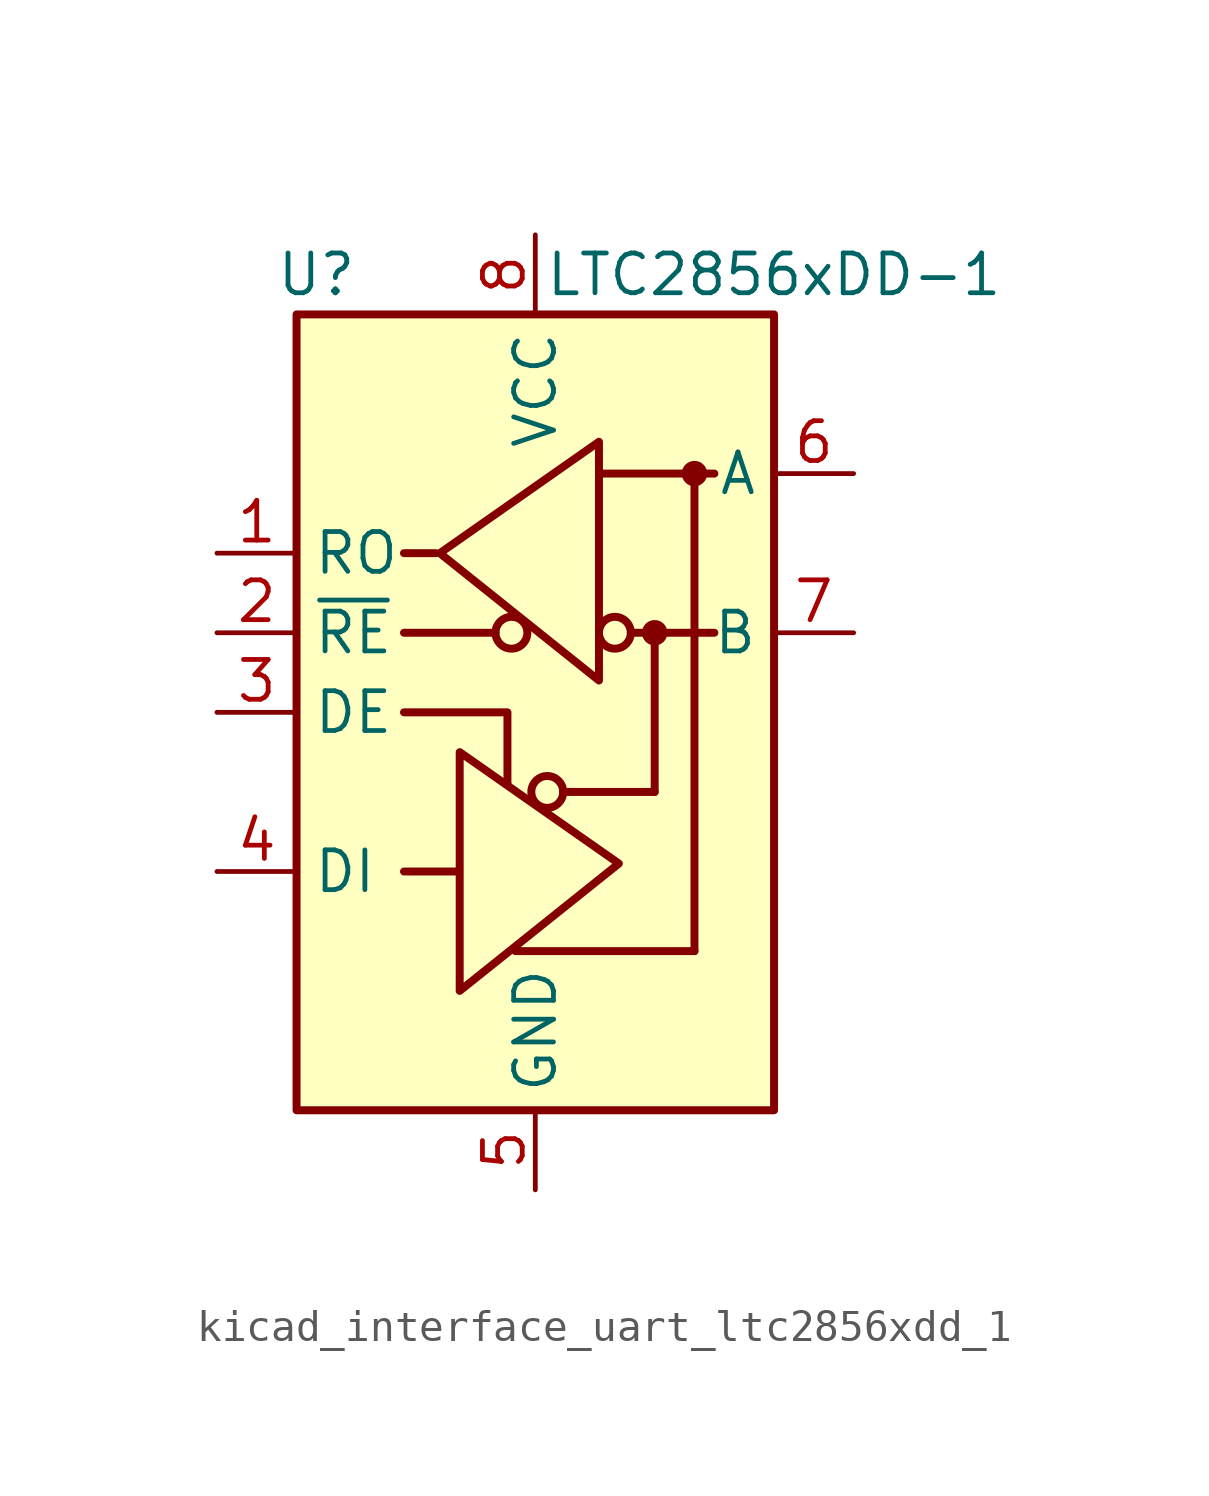
<source format=kicad_sym>
(kicad_symbol_lib
  (version 20220914)
  (generator kicad_symbol_editor)
  (symbol "kicad_interface_uart_ltc2856xdd_1"
    (property "Reference" "U"
      (at -6.985 13.97 0)
      (effects (font (size 1.27 1.27))))
    (property "Value" "LTC2856xDD-1"
      (at 7.62 13.97 0)
      (effects (font (size 1.27 1.27))))
    (symbol "kicad_interface_uart_ltc2856xdd_1_0_1"
      (rectangle (start -7.62 12.7) (end 7.62 -12.7) (stroke (width 0.254) (type default)) (fill (type background))))
    (symbol "kicad_interface_uart_ltc2856xdd_1_1_1"
      (circle (center -0.762 2.54) (radius 0.508) (stroke (width 0.254) (type default)) (fill (type none)))
      (polyline (pts (xy -4.191 2.54) (xy -1.27 2.54)) (stroke (width 0.254) (type default)) (fill (type none)))
      (polyline (pts (xy -2.54 -5.08) (xy -4.191 -5.08)) (stroke (width 0.254) (type default)) (fill (type none)))
      (polyline (pts (xy -0.635 -7.62) (xy 5.08 -7.62)) (stroke (width 0.254) (type default)) (fill (type none)))
      (polyline (pts (xy 0.889 -2.54) (xy 3.81 -2.54)) (stroke (width 0.254) (type default)) (fill (type none)))
      (polyline (pts (xy 2.032 7.62) (xy 5.715 7.62)) (stroke (width 0.254) (type default)) (fill (type none)))
      (polyline (pts (xy 3.048 2.54) (xy 5.715 2.54)) (stroke (width 0.254) (type default)) (fill (type none)))
      (polyline (pts (xy 3.81 -2.54) (xy 3.81 2.54)) (stroke (width 0.254) (type default)) (fill (type none)))
      (polyline (pts (xy 5.08 -7.62) (xy 5.08 7.62)) (stroke (width 0.254) (type default)) (fill (type none)))
      (polyline (pts (xy -4.191 0) (xy -0.889 0) (xy -0.889 -2.286)) (stroke (width 0.254) (type default)) (fill (type none)))
      (polyline (pts (xy -3.175 5.08) (xy -4.191 5.08) (xy -4.064 5.08)) (stroke (width 0.254) (type default)) (fill (type none)))
      (polyline (pts (xy -2.413 -5.08) (xy -2.413 -1.27) (xy 2.667 -4.826) (xy -2.413 -8.89) (xy -2.413 -5.08)) (stroke (width 0.254) (type default)) (fill (type none)))
      (polyline (pts (xy 2.032 4.826) (xy 2.032 8.636) (xy -3.048 5.08) (xy 2.032 1.016) (xy 2.032 4.826)) (stroke (width 0.254) (type default)) (fill (type none)))
      (circle (center 0.381 -2.54) (radius 0.508) (stroke (width 0.254) (type default)) (fill (type none)))
      (circle (center 2.54 2.54) (radius 0.508) (stroke (width 0.254) (type default)) (fill (type none)))
      (circle (center 3.81 2.54) (radius 0.279) (stroke (width 0.254) (type default)) (fill (type outline)))
      (circle (center 5.08 7.62) (radius 0.279) (stroke (width 0.254) (type default)) (fill (type outline)))
      (pin output line (at -10.16 5.08 0) (length 2.54) (name "RO" (effects (font (size 1.27 1.27)))) (number "1" (effects (font (size 1.27 1.27)))))
      (pin input line (at -10.16 2.54 0) (length 2.54) (name "~{RE}" (effects (font (size 1.27 1.27)))) (number "2" (effects (font (size 1.27 1.27)))))
      (pin input line (at -10.16 0 0) (length 2.54) (name "DE" (effects (font (size 1.27 1.27)))) (number "3" (effects (font (size 1.27 1.27)))))
      (pin input line (at -10.16 -5.08 0) (length 2.54) (name "DI" (effects (font (size 1.27 1.27)))) (number "4" (effects (font (size 1.27 1.27)))))
      (pin power_in line (at 0 -15.24 90) (length 2.54) (name "GND" (effects (font (size 1.27 1.27)))) (number "5" (effects (font (size 1.27 1.27)))))
      (pin bidirectional line (at 10.16 7.62 180) (length 2.54) (name "A" (effects (font (size 1.27 1.27)))) (number "6" (effects (font (size 1.27 1.27)))))
      (pin bidirectional line (at 10.16 2.54 180) (length 2.54) (name "B" (effects (font (size 1.27 1.27)))) (number "7" (effects (font (size 1.27 1.27)))))
      (pin power_in line (at 0 15.24 270) (length 2.54) (name "VCC" (effects (font (size 1.27 1.27)))) (number "8" (effects (font (size 1.27 1.27)))))
      (pin passive line (at 0 -15.24 90) (length 2.54) hide (name "GND" (effects (font (size 1.27 1.27)))) (number "9" (effects (font (size 1.27 1.27))))))))
</source>
